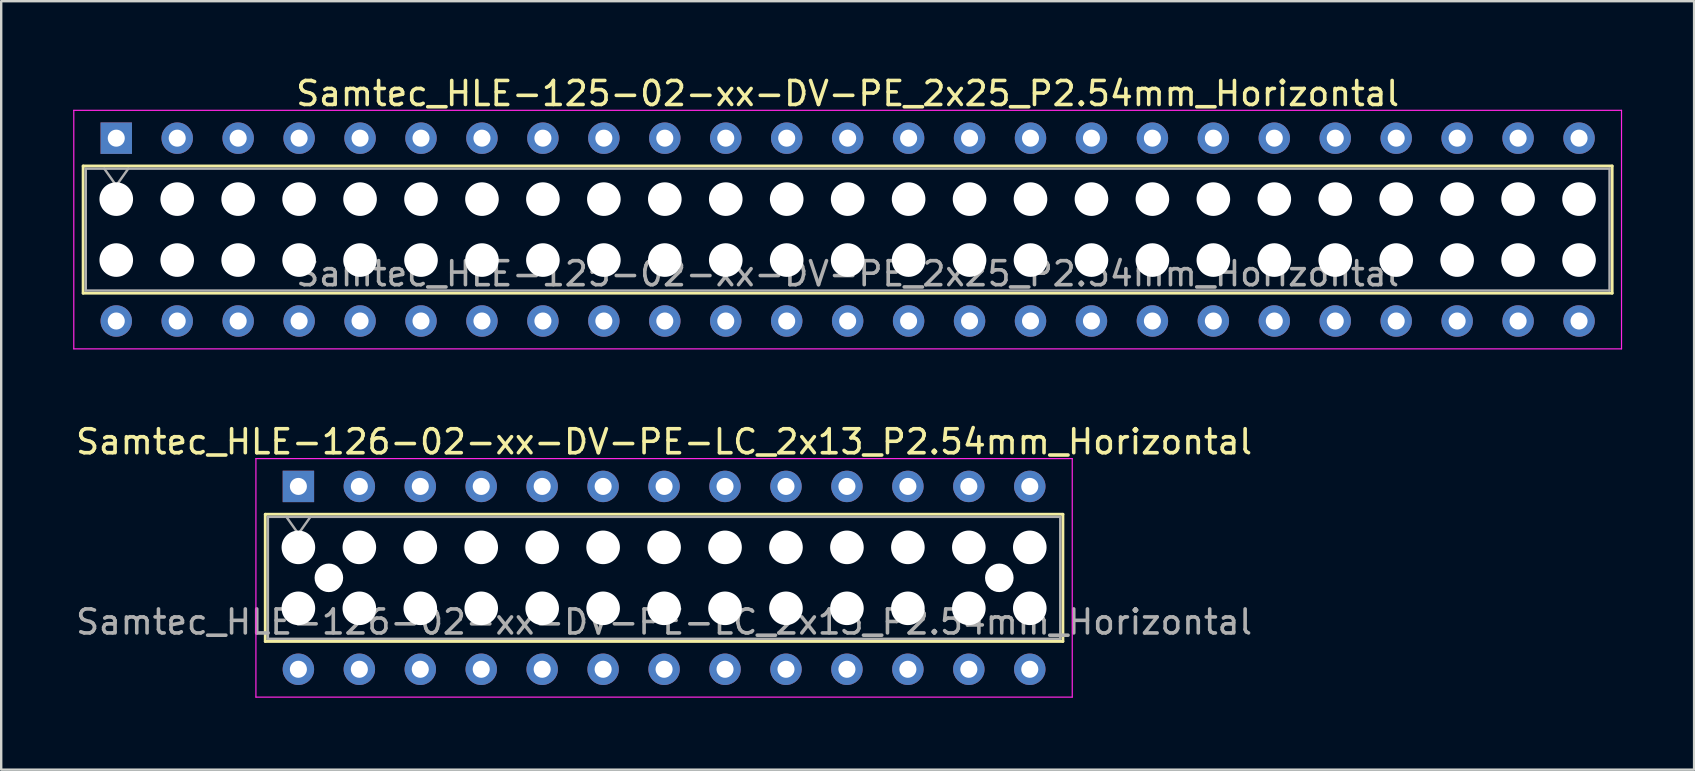
<source format=kicad_pcb>
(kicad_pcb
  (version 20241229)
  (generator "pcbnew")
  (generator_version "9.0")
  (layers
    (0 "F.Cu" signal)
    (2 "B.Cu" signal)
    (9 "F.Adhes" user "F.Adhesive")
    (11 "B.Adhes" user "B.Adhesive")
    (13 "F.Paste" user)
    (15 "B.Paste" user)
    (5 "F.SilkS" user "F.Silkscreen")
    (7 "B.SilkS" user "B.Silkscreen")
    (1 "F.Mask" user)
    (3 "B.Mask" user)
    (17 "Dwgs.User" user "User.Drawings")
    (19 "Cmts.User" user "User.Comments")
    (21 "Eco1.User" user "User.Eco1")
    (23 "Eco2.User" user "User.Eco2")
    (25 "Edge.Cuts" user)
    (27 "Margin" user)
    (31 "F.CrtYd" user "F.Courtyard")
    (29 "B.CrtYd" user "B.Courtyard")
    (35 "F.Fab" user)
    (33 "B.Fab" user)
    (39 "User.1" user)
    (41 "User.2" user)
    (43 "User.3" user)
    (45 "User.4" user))
  (footprint "Samtec_HLE-126-02-xx-DV-PE-LC_2x13_P2.54mm_Horizontal"
    (layer "F.Cu")
    (at 9.385 17.221)
    (property "Reference" "Samtec_HLE-126-02-xx-DV-PE-LC_2x13_P2.54mm_Horizontal" (at 15.24 -1.86 0) (layer "F.SilkS") (effects (font (size 1 1) (thickness 0.15))))
    (attr through_hole)
    (fp_line (start -1.38 1.16) (end 31.86 1.16) (stroke (width 0.12) (type solid)) (layer "F.SilkS"))
    (fp_line (start -1.38 6.46) (end -1.38 1.16) (stroke (width 0.12) (type solid)) (layer "F.SilkS"))
    (fp_line (start 31.86 1.16) (end 31.86 6.46) (stroke (width 0.12) (type solid)) (layer "F.SilkS"))
    (fp_line (start 31.86 6.46) (end -1.38 6.46) (stroke (width 0.12) (type solid)) (layer "F.SilkS"))
    (fp_line (start -1.77 -1.16) (end 32.25 -1.16) (stroke (width 0.05) (type solid)) (layer "F.CrtYd"))
    (fp_line (start -1.77 8.78) (end -1.77 -1.16) (stroke (width 0.05) (type solid)) (layer "F.CrtYd"))
    (fp_line (start 32.25 -1.16) (end 32.25 8.78) (stroke (width 0.05) (type solid)) (layer "F.CrtYd"))
    (fp_line (start 32.25 8.78) (end -1.77 8.78) (stroke (width 0.05) (type solid)) (layer "F.CrtYd"))
    (fp_line (start -1.27 1.27) (end 31.75 1.27) (stroke (width 0.1) (type solid)) (layer "F.Fab"))
    (fp_line (start -1.27 6.35) (end -1.27 1.27) (stroke (width 0.1) (type solid)) (layer "F.Fab"))
    (fp_line (start -0.5 1.27) (end 0 1.977) (stroke (width 0.1) (type solid)) (layer "F.Fab"))
    (fp_line (start 0 1.977) (end 0.5 1.27) (stroke (width 0.1) (type solid)) (layer "F.Fab"))
    (fp_line (start 31.75 1.27) (end 31.75 6.35) (stroke (width 0.1) (type solid)) (layer "F.Fab"))
    (fp_line (start 31.75 6.35) (end -1.27 6.35) (stroke (width 0.1) (type solid)) (layer "F.Fab"))
    (fp_text user "${REFERENCE}" (at 15.24 5.65 0) (layer "F.Fab") (effects (font (size 1 1) (thickness 0.15))))
    (pad "" np_thru_hole circle (at 0 2.54) (size 1.4 1.4) (drill 1.4) (layers "*.Cu" "*.Mask"))
    (pad "" np_thru_hole circle (at 0 5.08) (size 1.4 1.4) (drill 1.4) (layers "*.Cu" "*.Mask"))
    (pad "" np_thru_hole circle (at 1.27 3.81) (size 1.19 1.19) (drill 1.19) (layers "*.Cu" "*.Mask"))
    (pad "" np_thru_hole circle (at 2.54 2.54) (size 1.4 1.4) (drill 1.4) (layers "*.Cu" "*.Mask"))
    (pad "" np_thru_hole circle (at 2.54 5.08) (size 1.4 1.4) (drill 1.4) (layers "*.Cu" "*.Mask"))
    (pad "" np_thru_hole circle (at 5.08 2.54) (size 1.4 1.4) (drill 1.4) (layers "*.Cu" "*.Mask"))
    (pad "" np_thru_hole circle (at 5.08 5.08) (size 1.4 1.4) (drill 1.4) (layers "*.Cu" "*.Mask"))
    (pad "" np_thru_hole circle (at 7.62 2.54) (size 1.4 1.4) (drill 1.4) (layers "*.Cu" "*.Mask"))
    (pad "" np_thru_hole circle (at 7.62 5.08) (size 1.4 1.4) (drill 1.4) (layers "*.Cu" "*.Mask"))
    (pad "" np_thru_hole circle (at 10.16 2.54) (size 1.4 1.4) (drill 1.4) (layers "*.Cu" "*.Mask"))
    (pad "" np_thru_hole circle (at 10.16 5.08) (size 1.4 1.4) (drill 1.4) (layers "*.Cu" "*.Mask"))
    (pad "" np_thru_hole circle (at 12.7 2.54) (size 1.4 1.4) (drill 1.4) (layers "*.Cu" "*.Mask"))
    (pad "" np_thru_hole circle (at 12.7 5.08) (size 1.4 1.4) (drill 1.4) (layers "*.Cu" "*.Mask"))
    (pad "" np_thru_hole circle (at 15.24 2.54) (size 1.4 1.4) (drill 1.4) (layers "*.Cu" "*.Mask"))
    (pad "" np_thru_hole circle (at 15.24 5.08) (size 1.4 1.4) (drill 1.4) (layers "*.Cu" "*.Mask"))
    (pad "" np_thru_hole circle (at 17.78 2.54) (size 1.4 1.4) (drill 1.4) (layers "*.Cu" "*.Mask"))
    (pad "" np_thru_hole circle (at 17.78 5.08) (size 1.4 1.4) (drill 1.4) (layers "*.Cu" "*.Mask"))
    (pad "" np_thru_hole circle (at 20.32 2.54) (size 1.4 1.4) (drill 1.4) (layers "*.Cu" "*.Mask"))
    (pad "" np_thru_hole circle (at 20.32 5.08) (size 1.4 1.4) (drill 1.4) (layers "*.Cu" "*.Mask"))
    (pad "" np_thru_hole circle (at 22.86 2.54) (size 1.4 1.4) (drill 1.4) (layers "*.Cu" "*.Mask"))
    (pad "" np_thru_hole circle (at 22.86 5.08) (size 1.4 1.4) (drill 1.4) (layers "*.Cu" "*.Mask"))
    (pad "" np_thru_hole circle (at 25.4 2.54) (size 1.4 1.4) (drill 1.4) (layers "*.Cu" "*.Mask"))
    (pad "" np_thru_hole circle (at 25.4 5.08) (size 1.4 1.4) (drill 1.4) (layers "*.Cu" "*.Mask"))
    (pad "" np_thru_hole circle (at 27.94 2.54) (size 1.4 1.4) (drill 1.4) (layers "*.Cu" "*.Mask"))
    (pad "" np_thru_hole circle (at 27.94 5.08) (size 1.4 1.4) (drill 1.4) (layers "*.Cu" "*.Mask"))
    (pad "" np_thru_hole circle (at 29.21 3.81) (size 1.19 1.19) (drill 1.19) (layers "*.Cu" "*.Mask"))
    (pad "" np_thru_hole circle (at 30.48 2.54) (size 1.4 1.4) (drill 1.4) (layers "*.Cu" "*.Mask"))
    (pad "" np_thru_hole circle (at 30.48 5.08) (size 1.4 1.4) (drill 1.4) (layers "*.Cu" "*.Mask"))
    (pad "1" thru_hole rect (at 0 0) (size 1.31 1.31) (drill 0.71) (layers "*.Cu" "*.Mask"))
    (pad "2" thru_hole circle (at 0 7.62) (size 1.31 1.31) (drill 0.71) (layers "*.Cu" "*.Mask"))
    (pad "3" thru_hole circle (at 2.54 0) (size 1.31 1.31) (drill 0.71) (layers "*.Cu" "*.Mask"))
    (pad "4" thru_hole circle (at 2.54 7.62) (size 1.31 1.31) (drill 0.71) (layers "*.Cu" "*.Mask"))
    (pad "5" thru_hole circle (at 5.08 0) (size 1.31 1.31) (drill 0.71) (layers "*.Cu" "*.Mask"))
    (pad "6" thru_hole circle (at 5.08 7.62) (size 1.31 1.31) (drill 0.71) (layers "*.Cu" "*.Mask"))
    (pad "7" thru_hole circle (at 7.62 0) (size 1.31 1.31) (drill 0.71) (layers "*.Cu" "*.Mask"))
    (pad "8" thru_hole circle (at 7.62 7.62) (size 1.31 1.31) (drill 0.71) (layers "*.Cu" "*.Mask"))
    (pad "9" thru_hole circle (at 10.16 0) (size 1.31 1.31) (drill 0.71) (layers "*.Cu" "*.Mask"))
    (pad "10" thru_hole circle (at 10.16 7.62) (size 1.31 1.31) (drill 0.71) (layers "*.Cu" "*.Mask"))
    (pad "11" thru_hole circle (at 12.7 0) (size 1.31 1.31) (drill 0.71) (layers "*.Cu" "*.Mask"))
    (pad "12" thru_hole circle (at 12.7 7.62) (size 1.31 1.31) (drill 0.71) (layers "*.Cu" "*.Mask"))
    (pad "13" thru_hole circle (at 15.24 0) (size 1.31 1.31) (drill 0.71) (layers "*.Cu" "*.Mask"))
    (pad "14" thru_hole circle (at 15.24 7.62) (size 1.31 1.31) (drill 0.71) (layers "*.Cu" "*.Mask"))
    (pad "15" thru_hole circle (at 17.78 0) (size 1.31 1.31) (drill 0.71) (layers "*.Cu" "*.Mask"))
    (pad "16" thru_hole circle (at 17.78 7.62) (size 1.31 1.31) (drill 0.71) (layers "*.Cu" "*.Mask"))
    (pad "17" thru_hole circle (at 20.32 0) (size 1.31 1.31) (drill 0.71) (layers "*.Cu" "*.Mask"))
    (pad "18" thru_hole circle (at 20.32 7.62) (size 1.31 1.31) (drill 0.71) (layers "*.Cu" "*.Mask"))
    (pad "19" thru_hole circle (at 22.86 0) (size 1.31 1.31) (drill 0.71) (layers "*.Cu" "*.Mask"))
    (pad "20" thru_hole circle (at 22.86 7.62) (size 1.31 1.31) (drill 0.71) (layers "*.Cu" "*.Mask"))
    (pad "21" thru_hole circle (at 25.4 0) (size 1.31 1.31) (drill 0.71) (layers "*.Cu" "*.Mask"))
    (pad "22" thru_hole circle (at 25.4 7.62) (size 1.31 1.31) (drill 0.71) (layers "*.Cu" "*.Mask"))
    (pad "23" thru_hole circle (at 27.94 0) (size 1.31 1.31) (drill 0.71) (layers "*.Cu" "*.Mask"))
    (pad "24" thru_hole circle (at 27.94 7.62) (size 1.31 1.31) (drill 0.71) (layers "*.Cu" "*.Mask"))
    (pad "25" thru_hole circle (at 30.48 0) (size 1.31 1.31) (drill 0.71) (layers "*.Cu" "*.Mask"))
    (pad "26" thru_hole circle (at 30.48 7.62) (size 1.31 1.31) (drill 0.71) (layers "*.Cu" "*.Mask")))
  (footprint "Samtec_HLE-125-02-xx-DV-PE_2x25_P2.54mm_Horizontal"
    (layer "F.Cu")
    (at 1.795 2.708)
    (property "Reference" "Samtec_HLE-125-02-xx-DV-PE_2x25_P2.54mm_Horizontal" (at 30.48 -1.86 0) (layer "F.SilkS") (effects (font (size 1 1) (thickness 0.15))))
    (attr through_hole)
    (fp_line (start -1.38 1.16) (end 62.34 1.16) (stroke (width 0.12) (type solid)) (layer "F.SilkS"))
    (fp_line (start -1.38 6.46) (end -1.38 1.16) (stroke (width 0.12) (type solid)) (layer "F.SilkS"))
    (fp_line (start 62.34 1.16) (end 62.34 6.46) (stroke (width 0.12) (type solid)) (layer "F.SilkS"))
    (fp_line (start 62.34 6.46) (end -1.38 6.46) (stroke (width 0.12) (type solid)) (layer "F.SilkS"))
    (fp_line (start -1.77 -1.16) (end 62.73 -1.16) (stroke (width 0.05) (type solid)) (layer "F.CrtYd"))
    (fp_line (start -1.77 8.78) (end -1.77 -1.16) (stroke (width 0.05) (type solid)) (layer "F.CrtYd"))
    (fp_line (start 62.73 -1.16) (end 62.73 8.78) (stroke (width 0.05) (type solid)) (layer "F.CrtYd"))
    (fp_line (start 62.73 8.78) (end -1.77 8.78) (stroke (width 0.05) (type solid)) (layer "F.CrtYd"))
    (fp_line (start -1.27 1.27) (end 62.23 1.27) (stroke (width 0.1) (type solid)) (layer "F.Fab"))
    (fp_line (start -1.27 6.35) (end -1.27 1.27) (stroke (width 0.1) (type solid)) (layer "F.Fab"))
    (fp_line (start -0.5 1.27) (end 0 1.977) (stroke (width 0.1) (type solid)) (layer "F.Fab"))
    (fp_line (start 0 1.977) (end 0.5 1.27) (stroke (width 0.1) (type solid)) (layer "F.Fab"))
    (fp_line (start 62.23 1.27) (end 62.23 6.35) (stroke (width 0.1) (type solid)) (layer "F.Fab"))
    (fp_line (start 62.23 6.35) (end -1.27 6.35) (stroke (width 0.1) (type solid)) (layer "F.Fab"))
    (fp_text user "${REFERENCE}" (at 30.48 5.65 0) (layer "F.Fab") (effects (font (size 1 1) (thickness 0.15))))
    (pad "" np_thru_hole circle (at 0 2.54) (size 1.4 1.4) (drill 1.4) (layers "*.Cu" "*.Mask"))
    (pad "" np_thru_hole circle (at 0 5.08) (size 1.4 1.4) (drill 1.4) (layers "*.Cu" "*.Mask"))
    (pad "" np_thru_hole circle (at 2.54 2.54) (size 1.4 1.4) (drill 1.4) (layers "*.Cu" "*.Mask"))
    (pad "" np_thru_hole circle (at 2.54 5.08) (size 1.4 1.4) (drill 1.4) (layers "*.Cu" "*.Mask"))
    (pad "" np_thru_hole circle (at 5.08 2.54) (size 1.4 1.4) (drill 1.4) (layers "*.Cu" "*.Mask"))
    (pad "" np_thru_hole circle (at 5.08 5.08) (size 1.4 1.4) (drill 1.4) (layers "*.Cu" "*.Mask"))
    (pad "" np_thru_hole circle (at 7.62 2.54) (size 1.4 1.4) (drill 1.4) (layers "*.Cu" "*.Mask"))
    (pad "" np_thru_hole circle (at 7.62 5.08) (size 1.4 1.4) (drill 1.4) (layers "*.Cu" "*.Mask"))
    (pad "" np_thru_hole circle (at 10.16 2.54) (size 1.4 1.4) (drill 1.4) (layers "*.Cu" "*.Mask"))
    (pad "" np_thru_hole circle (at 10.16 5.08) (size 1.4 1.4) (drill 1.4) (layers "*.Cu" "*.Mask"))
    (pad "" np_thru_hole circle (at 12.7 2.54) (size 1.4 1.4) (drill 1.4) (layers "*.Cu" "*.Mask"))
    (pad "" np_thru_hole circle (at 12.7 5.08) (size 1.4 1.4) (drill 1.4) (layers "*.Cu" "*.Mask"))
    (pad "" np_thru_hole circle (at 15.24 2.54) (size 1.4 1.4) (drill 1.4) (layers "*.Cu" "*.Mask"))
    (pad "" np_thru_hole circle (at 15.24 5.08) (size 1.4 1.4) (drill 1.4) (layers "*.Cu" "*.Mask"))
    (pad "" np_thru_hole circle (at 17.78 2.54) (size 1.4 1.4) (drill 1.4) (layers "*.Cu" "*.Mask"))
    (pad "" np_thru_hole circle (at 17.78 5.08) (size 1.4 1.4) (drill 1.4) (layers "*.Cu" "*.Mask"))
    (pad "" np_thru_hole circle (at 20.32 2.54) (size 1.4 1.4) (drill 1.4) (layers "*.Cu" "*.Mask"))
    (pad "" np_thru_hole circle (at 20.32 5.08) (size 1.4 1.4) (drill 1.4) (layers "*.Cu" "*.Mask"))
    (pad "" np_thru_hole circle (at 22.86 2.54) (size 1.4 1.4) (drill 1.4) (layers "*.Cu" "*.Mask"))
    (pad "" np_thru_hole circle (at 22.86 5.08) (size 1.4 1.4) (drill 1.4) (layers "*.Cu" "*.Mask"))
    (pad "" np_thru_hole circle (at 25.4 2.54) (size 1.4 1.4) (drill 1.4) (layers "*.Cu" "*.Mask"))
    (pad "" np_thru_hole circle (at 25.4 5.08) (size 1.4 1.4) (drill 1.4) (layers "*.Cu" "*.Mask"))
    (pad "" np_thru_hole circle (at 27.94 2.54) (size 1.4 1.4) (drill 1.4) (layers "*.Cu" "*.Mask"))
    (pad "" np_thru_hole circle (at 27.94 5.08) (size 1.4 1.4) (drill 1.4) (layers "*.Cu" "*.Mask"))
    (pad "" np_thru_hole circle (at 30.48 2.54) (size 1.4 1.4) (drill 1.4) (layers "*.Cu" "*.Mask"))
    (pad "" np_thru_hole circle (at 30.48 5.08) (size 1.4 1.4) (drill 1.4) (layers "*.Cu" "*.Mask"))
    (pad "" np_thru_hole circle (at 33.02 2.54) (size 1.4 1.4) (drill 1.4) (layers "*.Cu" "*.Mask"))
    (pad "" np_thru_hole circle (at 33.02 5.08) (size 1.4 1.4) (drill 1.4) (layers "*.Cu" "*.Mask"))
    (pad "" np_thru_hole circle (at 35.56 2.54) (size 1.4 1.4) (drill 1.4) (layers "*.Cu" "*.Mask"))
    (pad "" np_thru_hole circle (at 35.56 5.08) (size 1.4 1.4) (drill 1.4) (layers "*.Cu" "*.Mask"))
    (pad "" np_thru_hole circle (at 38.1 2.54) (size 1.4 1.4) (drill 1.4) (layers "*.Cu" "*.Mask"))
    (pad "" np_thru_hole circle (at 38.1 5.08) (size 1.4 1.4) (drill 1.4) (layers "*.Cu" "*.Mask"))
    (pad "" np_thru_hole circle (at 40.64 2.54) (size 1.4 1.4) (drill 1.4) (layers "*.Cu" "*.Mask"))
    (pad "" np_thru_hole circle (at 40.64 5.08) (size 1.4 1.4) (drill 1.4) (layers "*.Cu" "*.Mask"))
    (pad "" np_thru_hole circle (at 43.18 2.54) (size 1.4 1.4) (drill 1.4) (layers "*.Cu" "*.Mask"))
    (pad "" np_thru_hole circle (at 43.18 5.08) (size 1.4 1.4) (drill 1.4) (layers "*.Cu" "*.Mask"))
    (pad "" np_thru_hole circle (at 45.72 2.54) (size 1.4 1.4) (drill 1.4) (layers "*.Cu" "*.Mask"))
    (pad "" np_thru_hole circle (at 45.72 5.08) (size 1.4 1.4) (drill 1.4) (layers "*.Cu" "*.Mask"))
    (pad "" np_thru_hole circle (at 48.26 2.54) (size 1.4 1.4) (drill 1.4) (layers "*.Cu" "*.Mask"))
    (pad "" np_thru_hole circle (at 48.26 5.08) (size 1.4 1.4) (drill 1.4) (layers "*.Cu" "*.Mask"))
    (pad "" np_thru_hole circle (at 50.8 2.54) (size 1.4 1.4) (drill 1.4) (layers "*.Cu" "*.Mask"))
    (pad "" np_thru_hole circle (at 50.8 5.08) (size 1.4 1.4) (drill 1.4) (layers "*.Cu" "*.Mask"))
    (pad "" np_thru_hole circle (at 53.34 2.54) (size 1.4 1.4) (drill 1.4) (layers "*.Cu" "*.Mask"))
    (pad "" np_thru_hole circle (at 53.34 5.08) (size 1.4 1.4) (drill 1.4) (layers "*.Cu" "*.Mask"))
    (pad "" np_thru_hole circle (at 55.88 2.54) (size 1.4 1.4) (drill 1.4) (layers "*.Cu" "*.Mask"))
    (pad "" np_thru_hole circle (at 55.88 5.08) (size 1.4 1.4) (drill 1.4) (layers "*.Cu" "*.Mask"))
    (pad "" np_thru_hole circle (at 58.42 2.54) (size 1.4 1.4) (drill 1.4) (layers "*.Cu" "*.Mask"))
    (pad "" np_thru_hole circle (at 58.42 5.08) (size 1.4 1.4) (drill 1.4) (layers "*.Cu" "*.Mask"))
    (pad "" np_thru_hole circle (at 60.96 2.54) (size 1.4 1.4) (drill 1.4) (layers "*.Cu" "*.Mask"))
    (pad "" np_thru_hole circle (at 60.96 5.08) (size 1.4 1.4) (drill 1.4) (layers "*.Cu" "*.Mask"))
    (pad "1" thru_hole rect (at 0 0) (size 1.31 1.31) (drill 0.71) (layers "*.Cu" "*.Mask"))
    (pad "2" thru_hole circle (at 0 7.62) (size 1.31 1.31) (drill 0.71) (layers "*.Cu" "*.Mask"))
    (pad "3" thru_hole circle (at 2.54 0) (size 1.31 1.31) (drill 0.71) (layers "*.Cu" "*.Mask"))
    (pad "4" thru_hole circle (at 2.54 7.62) (size 1.31 1.31) (drill 0.71) (layers "*.Cu" "*.Mask"))
    (pad "5" thru_hole circle (at 5.08 0) (size 1.31 1.31) (drill 0.71) (layers "*.Cu" "*.Mask"))
    (pad "6" thru_hole circle (at 5.08 7.62) (size 1.31 1.31) (drill 0.71) (layers "*.Cu" "*.Mask"))
    (pad "7" thru_hole circle (at 7.62 0) (size 1.31 1.31) (drill 0.71) (layers "*.Cu" "*.Mask"))
    (pad "8" thru_hole circle (at 7.62 7.62) (size 1.31 1.31) (drill 0.71) (layers "*.Cu" "*.Mask"))
    (pad "9" thru_hole circle (at 10.16 0) (size 1.31 1.31) (drill 0.71) (layers "*.Cu" "*.Mask"))
    (pad "10" thru_hole circle (at 10.16 7.62) (size 1.31 1.31) (drill 0.71) (layers "*.Cu" "*.Mask"))
    (pad "11" thru_hole circle (at 12.7 0) (size 1.31 1.31) (drill 0.71) (layers "*.Cu" "*.Mask"))
    (pad "12" thru_hole circle (at 12.7 7.62) (size 1.31 1.31) (drill 0.71) (layers "*.Cu" "*.Mask"))
    (pad "13" thru_hole circle (at 15.24 0) (size 1.31 1.31) (drill 0.71) (layers "*.Cu" "*.Mask"))
    (pad "14" thru_hole circle (at 15.24 7.62) (size 1.31 1.31) (drill 0.71) (layers "*.Cu" "*.Mask"))
    (pad "15" thru_hole circle (at 17.78 0) (size 1.31 1.31) (drill 0.71) (layers "*.Cu" "*.Mask"))
    (pad "16" thru_hole circle (at 17.78 7.62) (size 1.31 1.31) (drill 0.71) (layers "*.Cu" "*.Mask"))
    (pad "17" thru_hole circle (at 20.32 0) (size 1.31 1.31) (drill 0.71) (layers "*.Cu" "*.Mask"))
    (pad "18" thru_hole circle (at 20.32 7.62) (size 1.31 1.31) (drill 0.71) (layers "*.Cu" "*.Mask"))
    (pad "19" thru_hole circle (at 22.86 0) (size 1.31 1.31) (drill 0.71) (layers "*.Cu" "*.Mask"))
    (pad "20" thru_hole circle (at 22.86 7.62) (size 1.31 1.31) (drill 0.71) (layers "*.Cu" "*.Mask"))
    (pad "21" thru_hole circle (at 25.4 0) (size 1.31 1.31) (drill 0.71) (layers "*.Cu" "*.Mask"))
    (pad "22" thru_hole circle (at 25.4 7.62) (size 1.31 1.31) (drill 0.71) (layers "*.Cu" "*.Mask"))
    (pad "23" thru_hole circle (at 27.94 0) (size 1.31 1.31) (drill 0.71) (layers "*.Cu" "*.Mask"))
    (pad "24" thru_hole circle (at 27.94 7.62) (size 1.31 1.31) (drill 0.71) (layers "*.Cu" "*.Mask"))
    (pad "25" thru_hole circle (at 30.48 0) (size 1.31 1.31) (drill 0.71) (layers "*.Cu" "*.Mask"))
    (pad "26" thru_hole circle (at 30.48 7.62) (size 1.31 1.31) (drill 0.71) (layers "*.Cu" "*.Mask"))
    (pad "27" thru_hole circle (at 33.02 0) (size 1.31 1.31) (drill 0.71) (layers "*.Cu" "*.Mask"))
    (pad "28" thru_hole circle (at 33.02 7.62) (size 1.31 1.31) (drill 0.71) (layers "*.Cu" "*.Mask"))
    (pad "29" thru_hole circle (at 35.56 0) (size 1.31 1.31) (drill 0.71) (layers "*.Cu" "*.Mask"))
    (pad "30" thru_hole circle (at 35.56 7.62) (size 1.31 1.31) (drill 0.71) (layers "*.Cu" "*.Mask"))
    (pad "31" thru_hole circle (at 38.1 0) (size 1.31 1.31) (drill 0.71) (layers "*.Cu" "*.Mask"))
    (pad "32" thru_hole circle (at 38.1 7.62) (size 1.31 1.31) (drill 0.71) (layers "*.Cu" "*.Mask"))
    (pad "33" thru_hole circle (at 40.64 0) (size 1.31 1.31) (drill 0.71) (layers "*.Cu" "*.Mask"))
    (pad "34" thru_hole circle (at 40.64 7.62) (size 1.31 1.31) (drill 0.71) (layers "*.Cu" "*.Mask"))
    (pad "35" thru_hole circle (at 43.18 0) (size 1.31 1.31) (drill 0.71) (layers "*.Cu" "*.Mask"))
    (pad "36" thru_hole circle (at 43.18 7.62) (size 1.31 1.31) (drill 0.71) (layers "*.Cu" "*.Mask"))
    (pad "37" thru_hole circle (at 45.72 0) (size 1.31 1.31) (drill 0.71) (layers "*.Cu" "*.Mask"))
    (pad "38" thru_hole circle (at 45.72 7.62) (size 1.31 1.31) (drill 0.71) (layers "*.Cu" "*.Mask"))
    (pad "39" thru_hole circle (at 48.26 0) (size 1.31 1.31) (drill 0.71) (layers "*.Cu" "*.Mask"))
    (pad "40" thru_hole circle (at 48.26 7.62) (size 1.31 1.31) (drill 0.71) (layers "*.Cu" "*.Mask"))
    (pad "41" thru_hole circle (at 50.8 0) (size 1.31 1.31) (drill 0.71) (layers "*.Cu" "*.Mask"))
    (pad "42" thru_hole circle (at 50.8 7.62) (size 1.31 1.31) (drill 0.71) (layers "*.Cu" "*.Mask"))
    (pad "43" thru_hole circle (at 53.34 0) (size 1.31 1.31) (drill 0.71) (layers "*.Cu" "*.Mask"))
    (pad "44" thru_hole circle (at 53.34 7.62) (size 1.31 1.31) (drill 0.71) (layers "*.Cu" "*.Mask"))
    (pad "45" thru_hole circle (at 55.88 0) (size 1.31 1.31) (drill 0.71) (layers "*.Cu" "*.Mask"))
    (pad "46" thru_hole circle (at 55.88 7.62) (size 1.31 1.31) (drill 0.71) (layers "*.Cu" "*.Mask"))
    (pad "47" thru_hole circle (at 58.42 0) (size 1.31 1.31) (drill 0.71) (layers "*.Cu" "*.Mask"))
    (pad "48" thru_hole circle (at 58.42 7.62) (size 1.31 1.31) (drill 0.71) (layers "*.Cu" "*.Mask"))
    (pad "49" thru_hole circle (at 60.96 0) (size 1.31 1.31) (drill 0.71) (layers "*.Cu" "*.Mask"))
    (pad "50" thru_hole circle (at 60.96 7.62) (size 1.31 1.31) (drill 0.71) (layers "*.Cu" "*.Mask")))
  (gr_rect
    (start -3 -3)
    (end 67.55 29.026)
    (stroke (width 0.1) (type default))
    (fill no)
    (layer "Edge.Cuts")))
</source>
